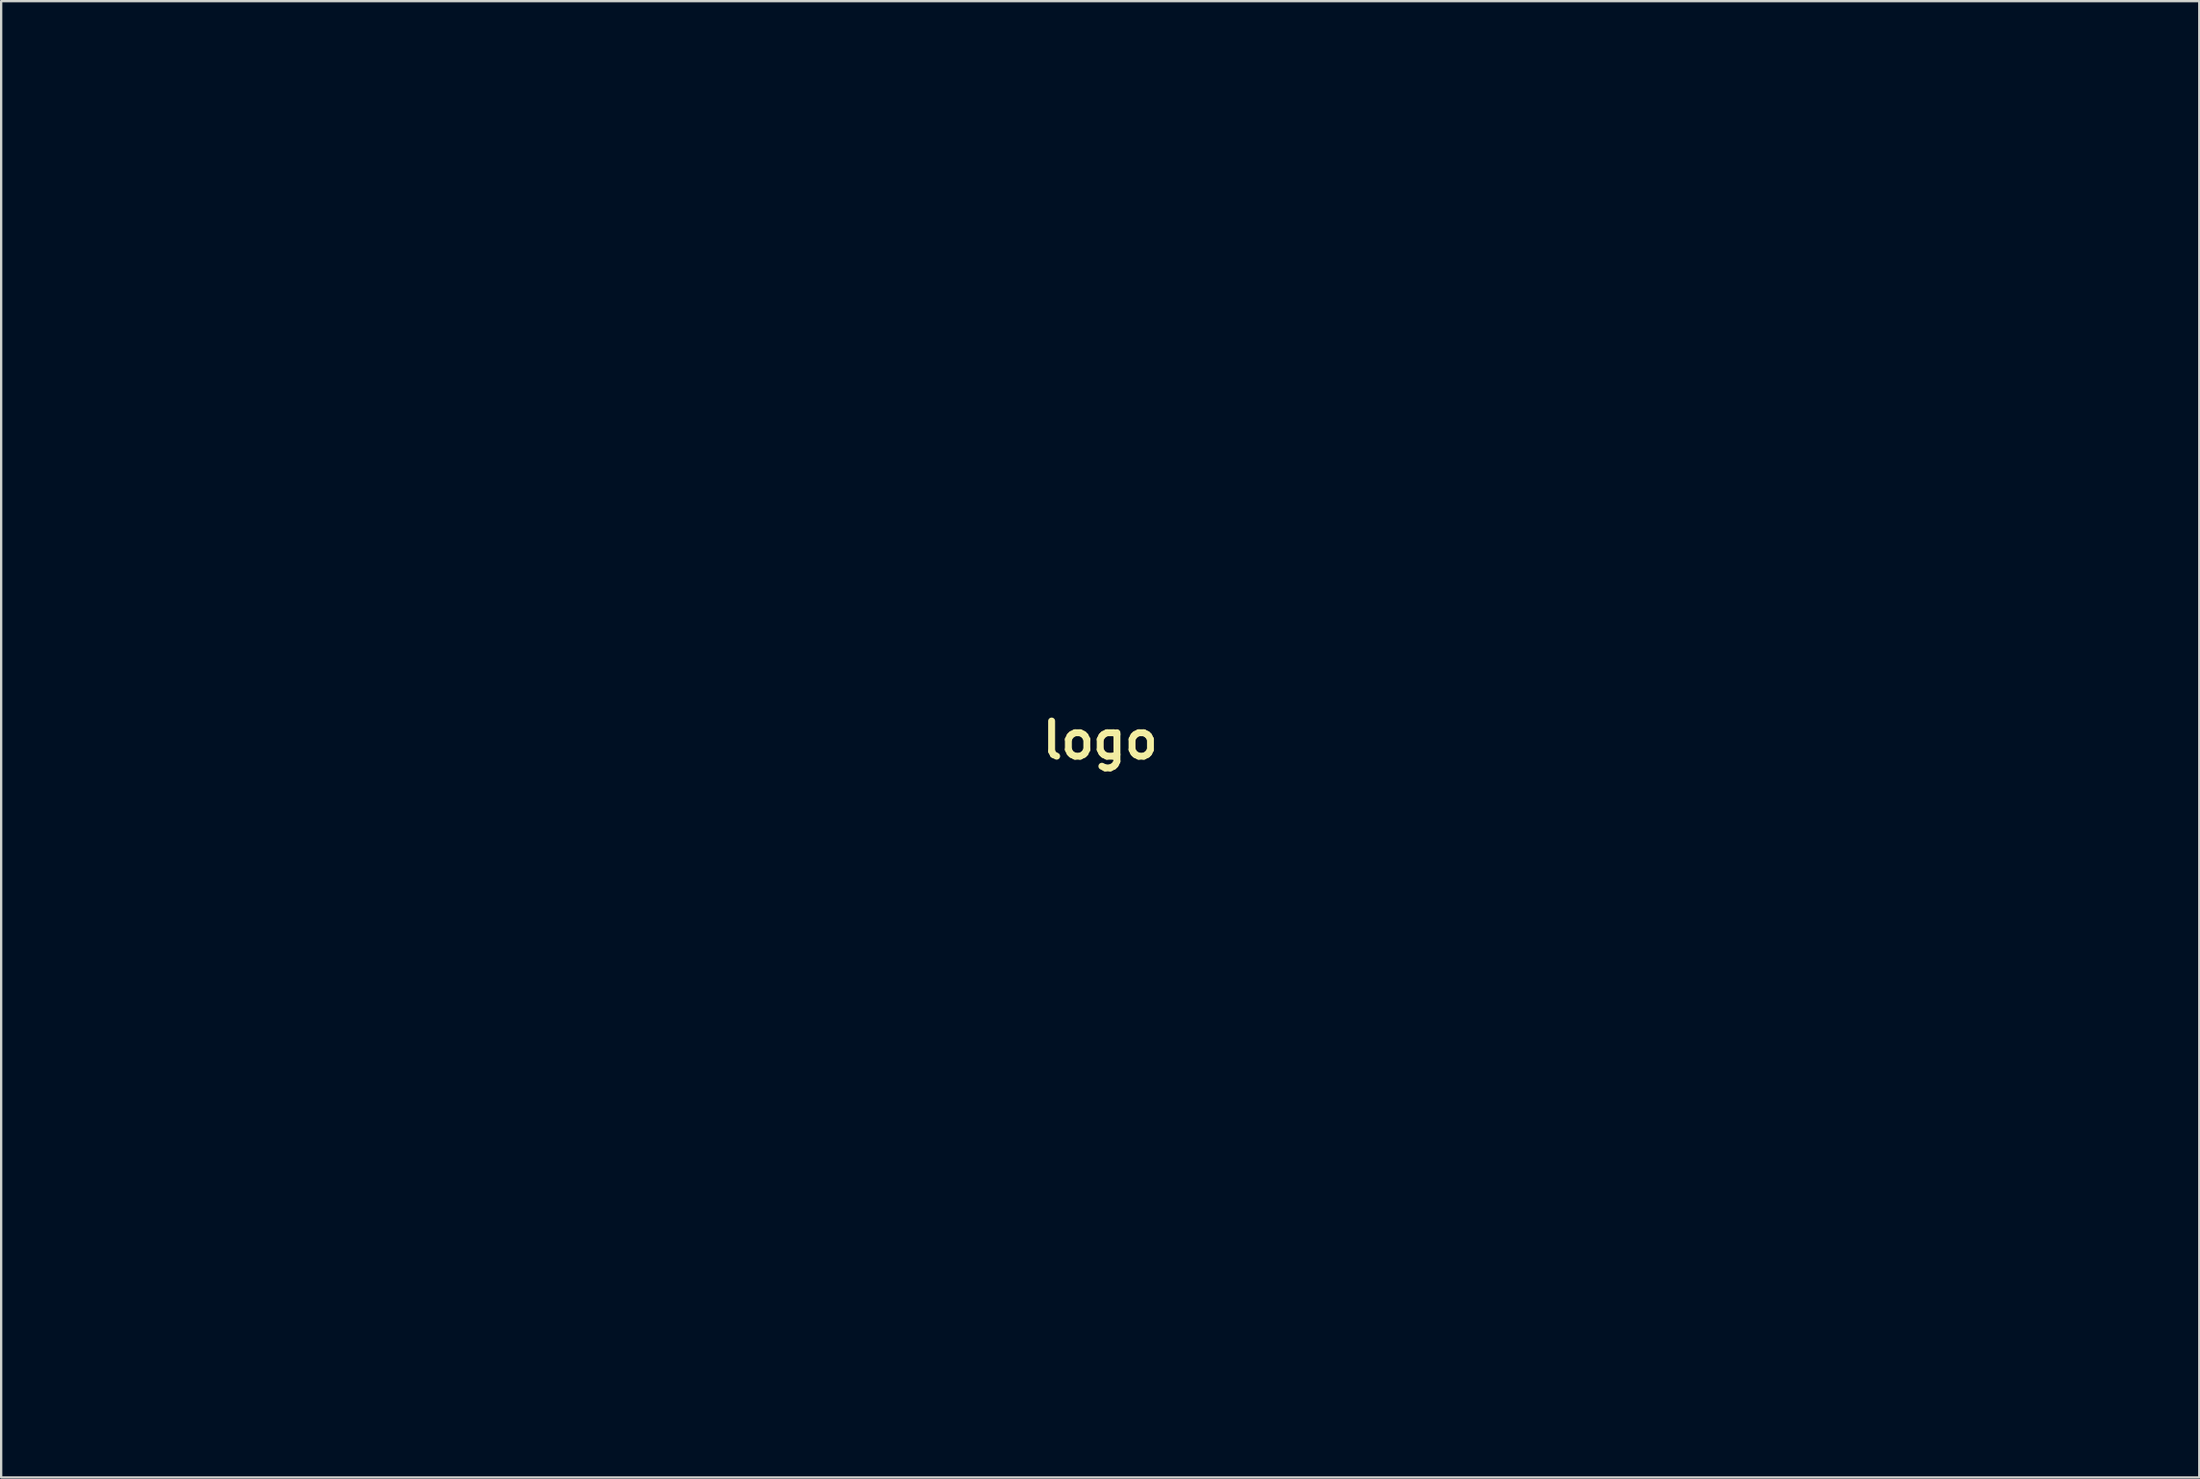
<source format=kicad_pcb>
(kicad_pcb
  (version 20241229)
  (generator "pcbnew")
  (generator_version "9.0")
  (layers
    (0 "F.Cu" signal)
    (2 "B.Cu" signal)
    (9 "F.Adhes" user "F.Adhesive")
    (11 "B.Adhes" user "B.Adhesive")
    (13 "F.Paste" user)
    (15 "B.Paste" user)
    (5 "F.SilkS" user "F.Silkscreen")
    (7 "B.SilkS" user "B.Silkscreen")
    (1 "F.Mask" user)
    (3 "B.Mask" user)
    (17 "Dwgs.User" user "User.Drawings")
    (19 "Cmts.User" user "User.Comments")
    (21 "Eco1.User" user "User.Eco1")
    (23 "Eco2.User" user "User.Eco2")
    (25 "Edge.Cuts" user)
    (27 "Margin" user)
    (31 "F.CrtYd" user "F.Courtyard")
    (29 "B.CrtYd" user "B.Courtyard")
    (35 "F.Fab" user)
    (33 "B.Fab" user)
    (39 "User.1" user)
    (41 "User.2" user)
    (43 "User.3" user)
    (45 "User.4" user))
  (footprint "logo"
    (layer "F.Cu")
    (at 44.622 29.044)
    (property "Reference" "logo" (at 0 0 0) (layer "F.SilkS") (effects (font (size 1.524 1.524) (thickness 0.3))))
    (attr board_only exclude_from_pos_files exclude_from_bom)
    (fp_poly (pts (xy -4.974 20.476) (xy -4.461 20.651) (xy -4.001 20.973) (xy -3.95 21.023) (xy -3.805 21.174) (xy -3.687 21.322) (xy -3.594 21.485) (xy -3.522 21.681) (xy -3.469 21.931) (xy -3.432 22.252) (xy -3.408 22.663) (xy -3.395 23.184) (xy -3.388 23.834) (xy -3.387 24.631) (xy -3.387 24.779) (xy -3.387 27.483) (xy -3.601 27.914) (xy -3.913 28.364) (xy -4.324 28.694) (xy -4.807 28.895) (xy -5.333 28.96) (xy -5.875 28.88) (xy -6.276 28.719) (xy -6.652 28.471) (xy -6.932 28.15) (xy -6.984 28.07) (xy -7.239 27.657) (xy -7.263 24.77) (xy -7.288 21.882) (xy -7.087 21.503) (xy -6.891 21.215) (xy -6.634 20.938) (xy -6.536 20.856) (xy -6.041 20.576) (xy -5.511 20.45)) (stroke (width 0) (type solid)) (fill yes) (layer "F.Mask"))
    (fp_poly (pts (xy 23.696 20.544) (xy 24.189 20.753) (xy 24.587 21.103) (xy 24.851 21.508) (xy 25.061 21.923) (xy 25.061 27.483) (xy 24.847 27.914) (xy 24.533 28.36) (xy 24.096 28.708) (xy 23.765 28.867) (xy 23.405 28.941) (xy 22.974 28.944) (xy 22.552 28.879) (xy 22.305 28.796) (xy 21.95 28.566) (xy 21.619 28.231) (xy 21.364 27.851) (xy 21.265 27.613) (xy 21.231 27.403) (xy 21.204 27.025) (xy 21.184 26.479) (xy 21.172 25.767) (xy 21.167 24.889) (xy 21.167 24.702) (xy 21.168 23.896) (xy 21.175 23.239) (xy 21.189 22.713) (xy 21.214 22.298) (xy 21.253 21.974) (xy 21.308 21.722) (xy 21.382 21.523) (xy 21.479 21.356) (xy 21.6 21.203) (xy 21.699 21.096) (xy 22.145 20.732) (xy 22.635 20.527) (xy 23.106 20.474)) (stroke (width 0) (type solid)) (fill yes) (layer "F.Mask"))
    (fp_poly (pts (xy -4.835 -29.001) (xy -4.363 -28.84) (xy -3.944 -28.558) (xy -3.607 -28.155) (xy -3.539 -28.035) (xy -3.302 -27.582) (xy -3.302 -24.797) (xy -3.302 -24.033) (xy -3.305 -23.42) (xy -3.309 -22.937) (xy -3.318 -22.564) (xy -3.332 -22.283) (xy -3.351 -22.073) (xy -3.378 -21.916) (xy -3.413 -21.792) (xy -3.458 -21.681) (xy -3.482 -21.629) (xy -3.783 -21.181) (xy -4.207 -20.831) (xy -4.693 -20.614) (xy -5.038 -20.525) (xy -5.312 -20.504) (xy -5.599 -20.55) (xy -5.842 -20.619) (xy -6.334 -20.854) (xy -6.744 -21.214) (xy -7.017 -21.629) (xy -7.066 -21.741) (xy -7.105 -21.857) (xy -7.136 -21.997) (xy -7.159 -22.18) (xy -7.175 -22.427) (xy -7.186 -22.756) (xy -7.192 -23.186) (xy -7.196 -23.739) (xy -7.197 -24.433) (xy -7.197 -24.79) (xy -7.197 -27.568) (xy -6.98 -28.004) (xy -6.676 -28.443) (xy -6.281 -28.762) (xy -5.823 -28.962) (xy -5.332 -29.042)) (stroke (width 0) (type solid)) (fill yes) (layer "F.Mask"))
    (fp_poly (pts (xy 4.759 20.568) (xy 5.253 20.79) (xy 5.658 21.14) (xy 5.952 21.599) (xy 6.088 22.014) (xy 6.117 22.241) (xy 6.14 22.607) (xy 6.158 23.084) (xy 6.171 23.642) (xy 6.178 24.251) (xy 6.179 24.882) (xy 6.175 25.505) (xy 6.166 26.091) (xy 6.151 26.611) (xy 6.131 27.034) (xy 6.105 27.333) (xy 6.09 27.424) (xy 5.9 27.943) (xy 5.588 28.368) (xy 5.181 28.685) (xy 4.705 28.883) (xy 4.187 28.948) (xy 3.654 28.868) (xy 3.316 28.736) (xy 2.851 28.424) (xy 2.518 28.013) (xy 2.321 27.549) (xy 2.279 27.317) (xy 2.246 26.944) (xy 2.22 26.459) (xy 2.202 25.891) (xy 2.193 25.27) (xy 2.191 24.623) (xy 2.197 23.98) (xy 2.211 23.369) (xy 2.233 22.819) (xy 2.263 22.358) (xy 2.3 22.017) (xy 2.332 21.858) (xy 2.567 21.332) (xy 2.918 20.926) (xy 3.373 20.648) (xy 3.921 20.508) (xy 4.199 20.491)) (stroke (width 0) (type solid)) (fill yes) (layer "F.Mask"))
    (fp_poly (pts (xy -14.162 -29.003) (xy -13.665 -28.826) (xy -13.219 -28.507) (xy -13.063 -28.355) (xy -12.937 -28.211) (xy -12.837 -28.056) (xy -12.761 -27.87) (xy -12.705 -27.636) (xy -12.666 -27.333) (xy -12.64 -26.942) (xy -12.626 -26.445) (xy -12.619 -25.821) (xy -12.617 -25.052) (xy -12.617 -24.826) (xy -12.618 -24.043) (xy -12.622 -23.411) (xy -12.629 -22.912) (xy -12.641 -22.528) (xy -12.659 -22.24) (xy -12.682 -22.029) (xy -12.713 -21.879) (xy -12.745 -21.782) (xy -13.041 -21.273) (xy -13.441 -20.891) (xy -13.926 -20.645) (xy -14.476 -20.546) (xy -14.964 -20.583) (xy -15.448 -20.754) (xy -15.88 -21.061) (xy -16.217 -21.473) (xy -16.29 -21.605) (xy -16.51 -22.047) (xy -16.508 -24.803) (xy -16.507 -25.568) (xy -16.504 -26.183) (xy -16.498 -26.668) (xy -16.487 -27.041) (xy -16.472 -27.322) (xy -16.451 -27.53) (xy -16.423 -27.685) (xy -16.388 -27.805) (xy -16.349 -27.898) (xy -16.048 -28.365) (xy -15.649 -28.715) (xy -15.183 -28.942) (xy -14.678 -29.039)) (stroke (width 0) (type solid)) (fill yes) (layer "F.Mask"))
    (fp_poly (pts (xy -39.671 2.286) (xy -39.078 2.295) (xy -38.547 2.31) (xy -38.107 2.332) (xy -37.788 2.361) (xy -37.677 2.378) (xy -37.149 2.572) (xy -36.714 2.893) (xy -36.391 3.318) (xy -36.199 3.823) (xy -36.153 4.249) (xy -36.222 4.842) (xy -36.433 5.341) (xy -36.789 5.753) (xy -37.211 6.04) (xy -37.312 6.091) (xy -37.42 6.132) (xy -37.553 6.164) (xy -37.732 6.188) (xy -37.976 6.206) (xy -38.306 6.218) (xy -38.74 6.227) (xy -39.298 6.234) (xy -40.001 6.24) (xy -40.217 6.241) (xy -41.02 6.245) (xy -41.672 6.244) (xy -42.189 6.237) (xy -42.587 6.224) (xy -42.885 6.205) (xy -43.099 6.178) (xy -43.246 6.144) (xy -43.758 5.9) (xy -44.159 5.531) (xy -44.399 5.15) (xy -44.58 4.615) (xy -44.605 4.081) (xy -44.487 3.574) (xy -44.236 3.12) (xy -43.866 2.745) (xy -43.388 2.475) (xy -43.145 2.396) (xy -42.925 2.363) (xy -42.564 2.335) (xy -42.092 2.313) (xy -41.538 2.297) (xy -40.931 2.287) (xy -40.299 2.283)) (stroke (width 0) (type solid)) (fill yes) (layer "F.Mask"))
    (fp_poly (pts (xy -40.368 11.854) (xy -39.615 11.855) (xy -39.012 11.856) (xy -38.538 11.861) (xy -38.174 11.869) (xy -37.898 11.883) (xy -37.693 11.903) (xy -37.536 11.931) (xy -37.409 11.968) (xy -37.29 12.016) (xy -37.195 12.06) (xy -36.738 12.362) (xy -36.392 12.786) (xy -36.171 13.314) (xy -36.147 13.411) (xy -36.111 13.942) (xy -36.224 14.464) (xy -36.469 14.94) (xy -36.83 15.335) (xy -37.195 15.571) (xy -37.303 15.619) (xy -37.416 15.658) (xy -37.555 15.688) (xy -37.738 15.711) (xy -37.986 15.727) (xy -38.317 15.737) (xy -38.751 15.744) (xy -39.308 15.747) (xy -40.006 15.748) (xy -40.354 15.748) (xy -43.147 15.748) (xy -43.589 15.528) (xy -44.05 15.221) (xy -44.371 14.824) (xy -44.56 14.329) (xy -44.619 13.742) (xy -44.546 13.216) (xy -44.322 12.747) (xy -44.013 12.387) (xy -43.863 12.248) (xy -43.72 12.135) (xy -43.565 12.046) (xy -43.379 11.978) (xy -43.142 11.929) (xy -42.836 11.894) (xy -42.44 11.872) (xy -41.937 11.86) (xy -41.306 11.855) (xy -40.528 11.854)) (stroke (width 0) (type solid)) (fill yes) (layer "F.Mask"))
    (fp_poly (pts (xy 4.917 -28.919) (xy 5.156 -28.818) (xy 5.623 -28.497) (xy 5.962 -28.068) (xy 6.167 -27.534) (xy 6.182 -27.47) (xy 6.213 -27.212) (xy 6.236 -26.792) (xy 6.25 -26.215) (xy 6.255 -25.488) (xy 6.251 -24.618) (xy 6.25 -24.491) (xy 6.242 -23.769) (xy 6.233 -23.195) (xy 6.223 -22.75) (xy 6.209 -22.412) (xy 6.19 -22.162) (xy 6.165 -21.978) (xy 6.132 -21.841) (xy 6.09 -21.728) (xy 6.036 -21.622) (xy 5.728 -21.198) (xy 5.319 -20.85) (xy 5.019 -20.688) (xy 4.61 -20.588) (xy 4.135 -20.579) (xy 3.672 -20.657) (xy 3.379 -20.771) (xy 2.954 -21.085) (xy 2.616 -21.511) (xy 2.402 -22.003) (xy 2.378 -22.099) (xy 2.346 -22.342) (xy 2.321 -22.721) (xy 2.302 -23.206) (xy 2.29 -23.77) (xy 2.284 -24.383) (xy 2.284 -25.017) (xy 2.291 -25.641) (xy 2.304 -26.227) (xy 2.323 -26.746) (xy 2.347 -27.17) (xy 2.378 -27.469) (xy 2.396 -27.567) (xy 2.611 -28.089) (xy 2.943 -28.509) (xy 3.365 -28.813) (xy 3.852 -28.991) (xy 4.378 -29.03)) (stroke (width 0) (type solid)) (fill yes) (layer "F.Mask"))
    (fp_poly (pts (xy 23.732 -28.972) (xy 24.22 -28.756) (xy 24.543 -28.507) (xy 24.697 -28.356) (xy 24.823 -28.213) (xy 24.922 -28.06) (xy 24.998 -27.877) (xy 25.055 -27.645) (xy 25.094 -27.346) (xy 25.12 -26.961) (xy 25.135 -26.469) (xy 25.142 -25.854) (xy 25.144 -25.095) (xy 25.144 -24.776) (xy 25.146 -21.994) (xy 24.916 -21.572) (xy 24.639 -21.187) (xy 24.303 -20.885) (xy 24.058 -20.734) (xy 23.826 -20.648) (xy 23.537 -20.606) (xy 23.326 -20.594) (xy 22.916 -20.596) (xy 22.605 -20.648) (xy 22.39 -20.729) (xy 21.98 -21.003) (xy 21.634 -21.391) (xy 21.395 -21.838) (xy 21.333 -22.046) (xy 21.301 -22.295) (xy 21.278 -22.71) (xy 21.264 -23.286) (xy 21.26 -24.019) (xy 21.264 -24.906) (xy 21.266 -25.061) (xy 21.274 -25.793) (xy 21.283 -26.376) (xy 21.293 -26.83) (xy 21.307 -27.175) (xy 21.325 -27.432) (xy 21.349 -27.621) (xy 21.381 -27.761) (xy 21.422 -27.874) (xy 21.473 -27.979) (xy 21.48 -27.993) (xy 21.81 -28.447) (xy 22.228 -28.776) (xy 22.707 -28.977) (xy 23.218 -29.044)) (stroke (width 0) (type solid)) (fill yes) (layer "F.Mask"))
    (fp_poly (pts (xy -13.928 20.608) (xy -13.464 20.867) (xy -13.083 21.247) (xy -12.867 21.611) (xy -12.821 21.723) (xy -12.785 21.848) (xy -12.757 22.006) (xy -12.736 22.218) (xy -12.721 22.501) (xy -12.711 22.878) (xy -12.706 23.367) (xy -12.703 23.988) (xy -12.702 24.649) (xy -12.703 25.467) (xy -12.708 26.135) (xy -12.721 26.672) (xy -12.744 27.098) (xy -12.78 27.43) (xy -12.831 27.689) (xy -12.901 27.893) (xy -12.992 28.062) (xy -13.107 28.214) (xy -13.233 28.352) (xy -13.677 28.704) (xy -14.195 28.904) (xy -14.647 28.952) (xy -15.047 28.914) (xy -15.406 28.815) (xy -15.452 28.795) (xy -15.867 28.526) (xy -16.226 28.152) (xy -16.463 27.752) (xy -16.505 27.564) (xy -16.54 27.233) (xy -16.567 26.785) (xy -16.588 26.248) (xy -16.602 25.646) (xy -16.608 25.006) (xy -16.608 24.356) (xy -16.601 23.72) (xy -16.586 23.125) (xy -16.565 22.598) (xy -16.537 22.165) (xy -16.501 21.852) (xy -16.465 21.698) (xy -16.182 21.194) (xy -15.805 20.826) (xy -15.524 20.662) (xy -14.987 20.495) (xy -14.445 20.481)) (stroke (width 0) (type solid)) (fill yes) (layer "F.Mask"))
    (fp_poly (pts (xy 14.214 -28.959) (xy 14.712 -28.735) (xy 15.131 -28.39) (xy 15.444 -27.946) (xy 15.583 -27.584) (xy 15.61 -27.391) (xy 15.63 -27.04) (xy 15.644 -26.542) (xy 15.651 -25.909) (xy 15.651 -25.152) (xy 15.647 -24.612) (xy 15.639 -23.871) (xy 15.631 -23.279) (xy 15.621 -22.817) (xy 15.608 -22.464) (xy 15.591 -22.201) (xy 15.568 -22.009) (xy 15.537 -21.866) (xy 15.498 -21.754) (xy 15.449 -21.652) (xy 15.438 -21.632) (xy 15.1 -21.159) (xy 14.674 -20.814) (xy 14.46 -20.705) (xy 14.03 -20.596) (xy 13.541 -20.58) (xy 13.069 -20.655) (xy 12.806 -20.752) (xy 12.364 -21.059) (xy 12.015 -21.48) (xy 11.883 -21.735) (xy 11.852 -21.894) (xy 11.826 -22.196) (xy 11.804 -22.617) (xy 11.787 -23.131) (xy 11.774 -23.711) (xy 11.766 -24.334) (xy 11.762 -24.973) (xy 11.764 -25.602) (xy 11.771 -26.197) (xy 11.783 -26.732) (xy 11.8 -27.181) (xy 11.823 -27.518) (xy 11.851 -27.719) (xy 11.858 -27.744) (xy 12.126 -28.239) (xy 12.507 -28.632) (xy 12.972 -28.903) (xy 13.495 -29.032) (xy 13.669 -29.04)) (stroke (width 0) (type solid)) (fill yes) (layer "F.Mask"))
    (fp_poly (pts (xy 42.211 2.726) (xy 42.643 2.743) (xy 42.982 2.774) (xy 43.247 2.819) (xy 43.457 2.882) (xy 43.631 2.965) (xy 43.788 3.07) (xy 43.948 3.2) (xy 43.95 3.201) (xy 44.314 3.616) (xy 44.539 4.097) (xy 44.623 4.612) (xy 44.566 5.132) (xy 44.367 5.625) (xy 44.025 6.061) (xy 44.016 6.071) (xy 43.864 6.21) (xy 43.72 6.322) (xy 43.565 6.411) (xy 43.378 6.479) (xy 43.141 6.529) (xy 42.835 6.563) (xy 42.441 6.585) (xy 41.938 6.597) (xy 41.308 6.602) (xy 40.531 6.603) (xy 40.368 6.603) (xy 39.615 6.603) (xy 39.011 6.601) (xy 38.537 6.596) (xy 38.173 6.588) (xy 37.897 6.574) (xy 37.692 6.554) (xy 37.535 6.526) (xy 37.408 6.489) (xy 37.29 6.442) (xy 37.201 6.401) (xy 36.756 6.11) (xy 36.429 5.724) (xy 36.221 5.273) (xy 36.134 4.784) (xy 36.168 4.286) (xy 36.325 3.808) (xy 36.606 3.378) (xy 37.013 3.025) (xy 37.044 3.006) (xy 37.451 2.752) (xy 40.167 2.726) (xy 40.993 2.72) (xy 41.668 2.719)) (stroke (width 0) (type solid)) (fill yes) (layer "F.Mask"))
    (fp_poly (pts (xy -40.174 -7.096) (xy -39.436 -7.088) (xy -38.847 -7.08) (xy -38.387 -7.07) (xy -38.036 -7.057) (xy -37.775 -7.039) (xy -37.583 -7.016) (xy -37.441 -6.985) (xy -37.328 -6.945) (xy -37.224 -6.895) (xy -37.203 -6.884) (xy -36.799 -6.598) (xy -36.464 -6.228) (xy -36.247 -5.828) (xy -36.237 -5.799) (xy -36.186 -5.54) (xy -36.163 -5.201) (xy -36.168 -4.954) (xy -36.28 -4.399) (xy -36.531 -3.931) (xy -36.912 -3.564) (xy -37.409 -3.31) (xy -37.754 -3.219) (xy -37.964 -3.196) (xy -38.315 -3.177) (xy -38.776 -3.163) (xy -39.317 -3.153) (xy -39.91 -3.147) (xy -40.525 -3.145) (xy -41.132 -3.148) (xy -41.702 -3.155) (xy -42.206 -3.166) (xy -42.613 -3.182) (xy -42.895 -3.202) (xy -42.968 -3.212) (xy -43.502 -3.376) (xy -43.932 -3.65) (xy -44.257 -4.01) (xy -44.475 -4.433) (xy -44.587 -4.892) (xy -44.59 -5.365) (xy -44.484 -5.827) (xy -44.266 -6.252) (xy -43.936 -6.618) (xy -43.492 -6.9) (xy -43.163 -7.02) (xy -42.977 -7.052) (xy -42.674 -7.076) (xy -42.243 -7.092) (xy -41.675 -7.101) (xy -40.957 -7.101)) (stroke (width 0) (type solid)) (fill yes) (layer "F.Mask"))
    (fp_poly (pts (xy 14.089 20.534) (xy 14.265 20.574) (xy 14.666 20.78) (xy 15.04 21.108) (xy 15.334 21.508) (xy 15.351 21.54) (xy 15.403 21.644) (xy 15.445 21.754) (xy 15.477 21.89) (xy 15.502 22.071) (xy 15.521 22.318) (xy 15.535 22.651) (xy 15.545 23.089) (xy 15.553 23.653) (xy 15.561 24.364) (xy 15.562 24.495) (xy 15.568 25.26) (xy 15.57 25.876) (xy 15.566 26.364) (xy 15.557 26.745) (xy 15.54 27.038) (xy 15.516 27.265) (xy 15.484 27.446) (xy 15.452 27.571) (xy 15.228 28.062) (xy 14.888 28.46) (xy 14.459 28.751) (xy 13.973 28.921) (xy 13.457 28.957) (xy 12.942 28.845) (xy 12.827 28.796) (xy 12.344 28.493) (xy 11.978 28.074) (xy 11.857 27.863) (xy 11.809 27.763) (xy 11.771 27.66) (xy 11.741 27.534) (xy 11.719 27.367) (xy 11.704 27.14) (xy 11.696 26.834) (xy 11.692 26.431) (xy 11.693 25.911) (xy 11.697 25.256) (xy 11.702 24.608) (xy 11.726 21.704) (xy 11.96 21.352) (xy 12.329 20.925) (xy 12.775 20.648) (xy 13.31 20.514) (xy 13.421 20.505) (xy 13.764 20.503)) (stroke (width 0) (type solid)) (fill yes) (layer "F.Mask"))
    (fp_poly (pts (xy -23.631 20.511) (xy -23.314 20.638) (xy -22.926 20.911) (xy -22.59 21.274) (xy -22.35 21.676) (xy -22.276 21.886) (xy -22.249 22.081) (xy -22.227 22.415) (xy -22.209 22.862) (xy -22.196 23.395) (xy -22.188 23.986) (xy -22.184 24.609) (xy -22.184 25.235) (xy -22.19 25.839) (xy -22.2 26.392) (xy -22.214 26.868) (xy -22.234 27.239) (xy -22.258 27.477) (xy -22.269 27.527) (xy -22.495 28.032) (xy -22.87 28.472) (xy -23.099 28.655) (xy -23.329 28.798) (xy -23.551 28.881) (xy -23.832 28.922) (xy -24.072 28.936) (xy -24.48 28.935) (xy -24.787 28.888) (xy -25.024 28.801) (xy -25.379 28.566) (xy -25.71 28.23) (xy -25.965 27.85) (xy -26.064 27.613) (xy -26.098 27.403) (xy -26.125 27.024) (xy -26.144 26.479) (xy -26.157 25.767) (xy -26.162 24.89) (xy -26.162 24.707) (xy -26.16 23.895) (xy -26.153 23.232) (xy -26.138 22.701) (xy -26.112 22.28) (xy -26.072 21.951) (xy -26.015 21.695) (xy -25.938 21.491) (xy -25.839 21.321) (xy -25.714 21.166) (xy -25.616 21.061) (xy -25.181 20.722) (xy -24.68 20.513) (xy -24.152 20.44)) (stroke (width 0) (type solid)) (fill yes) (layer "F.Mask"))
    (fp_poly (pts (xy 41.155 12.235) (xy 41.774 12.236) (xy 42.261 12.241) (xy 42.637 12.249) (xy 42.919 12.261) (xy 43.127 12.28) (xy 43.28 12.306) (xy 43.397 12.339) (xy 43.497 12.382) (xy 43.572 12.421) (xy 43.996 12.729) (xy 44.343 13.138) (xy 44.505 13.438) (xy 44.593 13.796) (xy 44.613 14.233) (xy 44.567 14.673) (xy 44.46 15.033) (xy 44.229 15.388) (xy 43.894 15.719) (xy 43.514 15.974) (xy 43.277 16.073) (xy 43.075 16.106) (xy 42.734 16.133) (xy 42.28 16.153) (xy 41.739 16.166) (xy 41.138 16.173) (xy 40.504 16.174) (xy 39.862 16.169) (xy 39.24 16.158) (xy 38.665 16.141) (xy 38.162 16.119) (xy 37.758 16.092) (xy 37.481 16.059) (xy 37.382 16.036) (xy 36.912 15.778) (xy 36.534 15.397) (xy 36.268 14.924) (xy 36.135 14.39) (xy 36.124 14.182) (xy 36.201 13.609) (xy 36.429 13.11) (xy 36.805 12.691) (xy 37.211 12.417) (xy 37.309 12.368) (xy 37.411 12.328) (xy 37.536 12.297) (xy 37.705 12.274) (xy 37.934 12.257) (xy 38.245 12.246) (xy 38.655 12.239) (xy 39.183 12.236) (xy 39.849 12.234) (xy 40.386 12.234)) (stroke (width 0) (type solid)) (fill yes) (layer "F.Mask"))
    (fp_poly (pts (xy -23.608 -28.996) (xy -23.302 -28.909) (xy -22.844 -28.628) (xy -22.463 -28.21) (xy -22.323 -27.982) (xy -22.272 -27.88) (xy -22.231 -27.772) (xy -22.199 -27.636) (xy -22.174 -27.455) (xy -22.156 -27.207) (xy -22.142 -26.873) (xy -22.132 -26.434) (xy -22.124 -25.868) (xy -22.116 -25.158) (xy -22.115 -24.993) (xy -22.108 -24.152) (xy -22.108 -23.462) (xy -22.117 -22.903) (xy -22.139 -22.458) (xy -22.177 -22.107) (xy -22.233 -21.832) (xy -22.312 -21.613) (xy -22.416 -21.433) (xy -22.549 -21.272) (xy -22.713 -21.112) (xy -22.773 -21.058) (xy -23.251 -20.72) (xy -23.756 -20.535) (xy -24.266 -20.509) (xy -24.554 -20.568) (xy -25.074 -20.803) (xy -25.512 -21.151) (xy -25.835 -21.584) (xy -25.947 -21.834) (xy -25.986 -21.973) (xy -26.016 -22.157) (xy -26.04 -22.406) (xy -26.057 -22.74) (xy -26.068 -23.176) (xy -26.074 -23.737) (xy -26.077 -24.439) (xy -26.077 -24.738) (xy -26.074 -25.535) (xy -26.064 -26.228) (xy -26.049 -26.803) (xy -26.027 -27.247) (xy -26.001 -27.544) (xy -25.984 -27.644) (xy -25.814 -28.04) (xy -25.529 -28.425) (xy -25.178 -28.741) (xy -24.939 -28.881) (xy -24.54 -28.996) (xy -24.07 -29.035)) (stroke (width 0) (type solid)) (fill yes) (layer "F.Mask"))
    (fp_poly (pts (xy -40.368 -16.594) (xy -39.615 -16.593) (xy -39.011 -16.591) (xy -38.537 -16.587) (xy -38.173 -16.578) (xy -37.897 -16.565) (xy -37.692 -16.545) (xy -37.535 -16.517) (xy -37.408 -16.48) (xy -37.291 -16.432) (xy -37.201 -16.391) (xy -36.73 -16.09) (xy -36.395 -15.687) (xy -36.197 -15.186) (xy -36.137 -14.639) (xy -36.21 -14.097) (xy -36.436 -13.613) (xy -36.759 -13.233) (xy -36.91 -13.093) (xy -37.054 -12.98) (xy -37.211 -12.891) (xy -37.398 -12.823) (xy -37.637 -12.774) (xy -37.946 -12.74) (xy -38.344 -12.72) (xy -38.852 -12.709) (xy -39.488 -12.705) (xy -40.273 -12.706) (xy -40.362 -12.706) (xy -41.231 -12.711) (xy -41.939 -12.721) (xy -42.496 -12.736) (xy -42.909 -12.757) (xy -43.189 -12.784) (xy -43.338 -12.816) (xy -43.575 -12.934) (xy -43.848 -13.114) (xy -43.962 -13.204) (xy -44.318 -13.605) (xy -44.538 -14.077) (xy -44.622 -14.587) (xy -44.568 -15.103) (xy -44.377 -15.595) (xy -44.048 -16.03) (xy -44.016 -16.061) (xy -43.864 -16.2) (xy -43.72 -16.313) (xy -43.565 -16.402) (xy -43.378 -16.47) (xy -43.141 -16.519) (xy -42.835 -16.554) (xy -42.441 -16.576) (xy -41.938 -16.588) (xy -41.308 -16.593) (xy -40.531 -16.594)) (stroke (width 0) (type solid)) (fill yes) (layer "F.Mask"))
    (fp_poly (pts (xy 41.602 -16.249) (xy 42.153 -16.239) (xy 42.593 -16.217) (xy 42.942 -16.181) (xy 43.218 -16.13) (xy 43.442 -16.06) (xy 43.632 -15.97) (xy 43.808 -15.858) (xy 43.84 -15.836) (xy 44.179 -15.497) (xy 44.44 -15.053) (xy 44.592 -14.563) (xy 44.619 -14.266) (xy 44.557 -13.819) (xy 44.388 -13.372) (xy 44.141 -12.986) (xy 43.917 -12.768) (xy 43.748 -12.645) (xy 43.595 -12.548) (xy 43.435 -12.472) (xy 43.249 -12.415) (xy 43.015 -12.374) (xy 42.712 -12.346) (xy 42.318 -12.328) (xy 41.813 -12.317) (xy 41.176 -12.31) (xy 40.598 -12.306) (xy 39.939 -12.304) (xy 39.318 -12.307) (xy 38.76 -12.315) (xy 38.291 -12.327) (xy 37.934 -12.342) (xy 37.715 -12.36) (xy 37.684 -12.365) (xy 37.172 -12.552) (xy 36.721 -12.876) (xy 36.432 -13.219) (xy 36.262 -13.594) (xy 36.169 -14.056) (xy 36.16 -14.535) (xy 36.237 -14.943) (xy 36.444 -15.343) (xy 36.771 -15.717) (xy 37.172 -16.011) (xy 37.203 -16.028) (xy 37.309 -16.081) (xy 37.421 -16.123) (xy 37.559 -16.156) (xy 37.744 -16.181) (xy 37.996 -16.2) (xy 38.336 -16.214) (xy 38.783 -16.224) (xy 39.358 -16.233) (xy 40.083 -16.242) (xy 40.09 -16.242) (xy 40.921 -16.249)) (stroke (width 0) (type solid)) (fill yes) (layer "F.Mask"))
    (fp_poly (pts (xy 41.19 -6.688) (xy 41.843 -6.683) (xy 42.366 -6.673) (xy 42.778 -6.652) (xy 43.097 -6.62) (xy 43.344 -6.573) (xy 43.538 -6.508) (xy 43.698 -6.422) (xy 43.843 -6.313) (xy 43.992 -6.178) (xy 44.016 -6.155) (xy 44.349 -5.729) (xy 44.554 -5.228) (xy 44.621 -4.692) (xy 44.545 -4.161) (xy 44.46 -3.932) (xy 44.25 -3.605) (xy 43.943 -3.288) (xy 43.595 -3.028) (xy 43.27 -2.879) (xy 43.108 -2.857) (xy 42.798 -2.838) (xy 42.363 -2.822) (xy 41.823 -2.809) (xy 41.201 -2.8) (xy 40.518 -2.796) (xy 40.301 -2.796) (xy 39.548 -2.798) (xy 38.944 -2.801) (xy 38.47 -2.807) (xy 38.107 -2.818) (xy 37.834 -2.834) (xy 37.632 -2.856) (xy 37.482 -2.886) (xy 37.363 -2.924) (xy 37.296 -2.952) (xy 36.904 -3.196) (xy 36.551 -3.532) (xy 36.296 -3.902) (xy 36.261 -3.976) (xy 36.143 -4.434) (xy 36.144 -4.933) (xy 36.253 -5.425) (xy 36.459 -5.863) (xy 36.751 -6.2) (xy 36.78 -6.223) (xy 36.946 -6.346) (xy 37.102 -6.445) (xy 37.268 -6.523) (xy 37.463 -6.583) (xy 37.707 -6.626) (xy 38.02 -6.655) (xy 38.423 -6.674) (xy 38.934 -6.684) (xy 39.575 -6.688) (xy 40.365 -6.689) (xy 40.386 -6.689)) (stroke (width 0) (type solid)) (fill yes) (layer "F.Mask"))
    (fp_poly (pts (xy 2.684 -18.5) (xy 5.204 -18.5) (xy 7.566 -18.499) (xy 9.773 -18.499) (xy 11.833 -18.499) (xy 13.749 -18.498) (xy 15.528 -18.497) (xy 17.174 -18.496) (xy 18.693 -18.495) (xy 20.091 -18.493) (xy 21.371 -18.492) (xy 22.54 -18.489) (xy 23.603 -18.487) (xy 24.565 -18.484) (xy 25.431 -18.481) (xy 26.208 -18.477) (xy 26.898 -18.473) (xy 27.51 -18.468) (xy 28.046 -18.463) (xy 28.514 -18.457) (xy 28.917 -18.451) (xy 29.261 -18.444) (xy 29.552 -18.436) (xy 29.795 -18.428) (xy 29.995 -18.419) (xy 30.157 -18.409) (xy 30.287 -18.399) (xy 30.39 -18.388) (xy 30.47 -18.376) (xy 30.535 -18.363) (xy 30.587 -18.35) (xy 30.607 -18.344) (xy 31.502 -17.986) (xy 32.293 -17.495) (xy 32.977 -16.876) (xy 33.547 -16.134) (xy 33.999 -15.274) (xy 34.174 -14.817) (xy 34.194 -14.752) (xy 34.212 -14.679) (xy 34.229 -14.588) (xy 34.244 -14.473) (xy 34.258 -14.325) (xy 34.27 -14.137) (xy 34.281 -13.901) (xy 34.29 -13.609) (xy 34.298 -13.253) (xy 34.305 -12.825) (xy 34.311 -12.319) (xy 34.316 -11.725) (xy 34.321 -11.037) (xy 34.324 -10.246) (xy 34.327 -9.345) (xy 34.329 -8.326) (xy 34.33 -7.181) (xy 34.331 -5.903) (xy 34.332 -4.483) (xy 34.332 -2.914) (xy 34.332 -1.187) (xy 34.332 -0.085) (xy 34.332 1.759) (xy 34.333 3.442) (xy 34.333 4.971) (xy 34.332 6.354) (xy 34.331 7.599) (xy 34.329 8.714) (xy 34.326 9.707) (xy 34.322 10.586) (xy 34.315 11.358) (xy 34.307 12.032) (xy 34.297 12.614) (xy 34.285 13.114) (xy 34.269 13.539) (xy 34.251 13.897) (xy 34.23 14.195) (xy 34.205 14.442) (xy 34.177 14.646) (xy 34.145 14.813) (xy 34.109 14.953) (xy 34.068 15.072) (xy 34.023 15.18) (xy 33.973 15.283) (xy 33.918 15.39) (xy 33.858 15.508) (xy 33.844 15.536) (xy 33.358 16.343) (xy 32.751 17.031) (xy 32.023 17.602) (xy 31.172 18.056) (xy 30.649 18.257) (xy 30.604 18.271) (xy 30.55 18.285) (xy 30.482 18.297) (xy 30.395 18.309) (xy 30.284 18.32) (xy 30.143 18.33) (xy 29.967 18.339) (xy 29.75 18.348) (xy 29.489 18.356) (xy 29.176 18.363) (xy 28.808 18.37) (xy 28.378 18.376) (xy 27.882 18.382) (xy 27.313 18.387) (xy 26.668 18.391) (xy 25.94 18.396) (xy 25.124 18.399) (xy 24.216 18.403) (xy 23.209 18.406) (xy 22.099 18.408) (xy 20.88 18.411) (xy 19.547 18.413) (xy 18.094 18.415) (xy 16.517 18.416) (xy 14.81 18.418) (xy 12.968 18.419) (xy 10.985 18.42) (xy 8.857 18.421) (xy 6.577 18.422) (xy 4.142 18.423) (xy 1.544 18.424) (xy 0.254 18.424) (xy -1.99 18.424) (xy -4.191 18.425) (xy -6.344 18.425) (xy -8.442 18.425) (xy -10.479 18.425) (xy -12.45 18.424) (xy -14.348 18.424) (xy -16.167 18.423) (xy -17.901 18.422) (xy -19.544 18.421) (xy -21.09 18.42) (xy -22.532 18.419) (xy -23.865 18.417) (xy -25.082 18.416) (xy -26.178 18.414) (xy -27.146 18.412) (xy -27.98 18.41) (xy -28.674 18.408) (xy -29.223 18.406) (xy -29.619 18.403) (xy -29.857 18.401) (xy -29.93 18.399) (xy -30.775 18.203) (xy -31.583 17.856) (xy -32.327 17.378) (xy -32.981 16.787) (xy -33.52 16.1) (xy -33.753 15.698) (xy -33.826 15.56) (xy -33.893 15.439) (xy -33.953 15.326) (xy -34.008 15.213) (xy -34.057 15.094) (xy -34.101 14.96) (xy -34.14 14.803) (xy -34.175 14.614) (xy -34.205 14.388) (xy -34.231 14.114) (xy -34.253 13.787) (xy -34.272 13.396) (xy -34.288 12.936) (xy -34.301 12.397) (xy -34.311 11.773) (xy -34.319 11.054) (xy -34.324 10.234) (xy -34.328 9.304) (xy -34.331 8.257) (xy -34.332 7.26) (xy -32.584 7.26) (xy -32.584 8.341) (xy -32.582 9.3) (xy -32.58 10.144) (xy -32.577 10.88) (xy -32.572 11.517) (xy -32.567 12.063) (xy -32.56 12.524) (xy -32.552 12.909) (xy -32.543 13.226) (xy -32.532 13.482) (xy -32.52 13.686) (xy -32.507 13.844) (xy -32.492 13.965) (xy -32.475 14.056) (xy -32.468 14.088) (xy -32.203 14.802) (xy -31.804 15.417) (xy -31.285 15.922) (xy -30.658 16.305) (xy -29.935 16.554) (xy -29.887 16.564) (xy -29.806 16.574) (xy -29.649 16.583) (xy -29.413 16.591) (xy -29.094 16.599) (xy -28.687 16.606) (xy -28.188 16.613) (xy -27.593 16.619) (xy -26.898 16.625) (xy -26.099 16.63) (xy -25.192 16.634) (xy -24.172 16.638) (xy -23.035 16.642) (xy -21.777 16.645) (xy -20.394 16.648) (xy -18.883 16.65) (xy -17.237 16.651) (xy -15.455 16.653) (xy -13.53 16.654) (xy -11.46 16.654) (xy -9.24 16.654) (xy -6.865 16.654) (xy -4.333 16.653) (xy -1.638 16.652) (xy 0.212 16.651) (xy 29.845 16.637) (xy 30.334 16.452) (xy 31.017 16.106) (xy 31.604 15.626) (xy 32.08 15.029) (xy 32.404 14.393) (xy 32.423 14.338) (xy 32.441 14.268) (xy 32.457 14.177) (xy 32.471 14.056) (xy 32.484 13.898) (xy 32.496 13.695) (xy 32.506 13.44) (xy 32.515 13.123) (xy 32.523 12.739) (xy 32.529 12.278) (xy 32.535 11.734) (xy 32.54 11.098) (xy 32.544 10.362) (xy 32.547 9.519) (xy 32.549 8.561) (xy 32.551 7.481) (xy 32.553 6.269) (xy 32.553 4.92) (xy 32.554 3.424) (xy 32.554 1.774) (xy 32.554 0) (xy 32.554 -1.808) (xy 32.554 -3.454) (xy 32.553 -4.947) (xy 32.553 -6.294) (xy 32.551 -7.502) (xy 32.549 -8.581) (xy 32.547 -9.537) (xy 32.544 -10.378) (xy 32.54 -11.113) (xy 32.535 -11.749) (xy 32.529 -12.293) (xy 32.523 -12.755) (xy 32.515 -13.14) (xy 32.506 -13.458) (xy 32.496 -13.716) (xy 32.484 -13.923) (xy 32.471 -14.084) (xy 32.457 -14.21) (xy 32.44 -14.307) (xy 32.423 -14.383) (xy 32.403 -14.446) (xy 32.402 -14.449) (xy 32.09 -15.095) (xy 31.642 -15.667) (xy 31.085 -16.14) (xy 30.444 -16.488) (xy 30.226 -16.568) (xy 30.179 -16.582) (xy 30.122 -16.595) (xy 30.05 -16.607) (xy 29.956 -16.618) (xy 29.836 -16.629) (xy 29.684 -16.639) (xy 29.495 -16.648) (xy 29.264 -16.656) (xy 28.986 -16.664) (xy 28.655 -16.671) (xy 28.265 -16.677) (xy 27.813 -16.683) (xy 27.292 -16.689) (xy 26.697 -16.694) (xy 26.023 -16.698) (xy 25.264 -16.702) (xy 24.416 -16.705) (xy 23.473 -16.708) (xy 22.429 -16.711) (xy 21.28 -16.713) (xy 20.02 -16.715) (xy 18.644 -16.717) (xy 17.147 -16.718) (xy 15.522 -16.719) (xy 13.766 -16.72) (xy 11.873 -16.721) (xy 9.837 -16.721) (xy 7.653 -16.721) (xy 5.316 -16.722) (xy 2.821 -16.722) (xy 0.162 -16.722) (xy -29.845 -16.722) (xy -30.334 -16.537) (xy -31.017 -16.191) (xy -31.604 -15.711) (xy -32.08 -15.114) (xy -32.404 -14.478) (xy -32.423 -14.422) (xy -32.441 -14.351) (xy -32.457 -14.258) (xy -32.472 -14.135) (xy -32.485 -13.974) (xy -32.497 -13.768) (xy -32.508 -13.508) (xy -32.517 -13.187) (xy -32.525 -12.796) (xy -32.533 -12.328) (xy -32.539 -11.776) (xy -32.545 -11.131) (xy -32.55 -10.385) (xy -32.555 -9.532) (xy -32.559 -8.562) (xy -32.562 -7.468) (xy -32.565 -6.242) (xy -32.568 -4.876) (xy -32.571 -3.363) (xy -32.574 -1.695) (xy -32.577 -0.261) (xy -32.58 1.551) (xy -32.582 3.201) (xy -32.583 4.697) (xy -32.584 6.048) (xy -32.584 7.26) (xy -34.332 7.26) (xy -34.332 7.084) (xy -34.333 5.778) (xy -34.333 4.33) (xy -34.333 2.734) (xy -34.332 0.98) (xy -34.332 -0.085) (xy -34.332 -1.908) (xy -34.332 -3.569) (xy -34.332 -5.077) (xy -34.331 -6.438) (xy -34.33 -7.662) (xy -34.328 -8.755) (xy -34.326 -9.725) (xy -34.323 -10.58) (xy -34.319 -11.329) (xy -34.314 -11.977) (xy -34.309 -12.535) (xy -34.303 -13.008) (xy -34.295 -13.405) (xy -34.286 -13.734) (xy -34.277 -14.003) (xy -34.265 -14.219) (xy -34.253 -14.39) (xy -34.238 -14.523) (xy -34.223 -14.628) (xy -34.205 -14.71) (xy -34.186 -14.779) (xy -34.174 -14.817) (xy -33.781 -15.732) (xy -33.267 -16.532) (xy -32.638 -17.211) (xy -31.898 -17.765) (xy -31.053 -18.188) (xy -30.607 -18.344) (xy -30.557 -18.358) (xy -30.499 -18.371) (xy -30.426 -18.383) (xy -30.333 -18.394) (xy -30.215 -18.405) (xy -30.067 -18.415) (xy -29.883 -18.424) (xy -29.659 -18.433) (xy -29.388 -18.441) (xy -29.066 -18.448) (xy -28.688 -18.454) (xy -28.248 -18.46) (xy -27.74 -18.466) (xy -27.161 -18.471) (xy -26.504 -18.475) (xy -25.763 -18.479) (xy -24.935 -18.483) (xy -24.013 -18.486) (xy -22.993 -18.488) (xy -21.868 -18.491) (xy -20.634 -18.493) (xy -19.286 -18.494) (xy -17.818 -18.496) (xy -16.225 -18.497) (xy -14.502 -18.498) (xy -12.643 -18.498) (xy -10.643 -18.499) (xy -8.498 -18.499) (xy -6.201 -18.5) (xy -3.747 -18.5) (xy -1.131 -18.5) (xy 0 -18.5)) (stroke (width 0) (type solid)) (fill yes) (layer "F.Mask"))
    (fp_poly (pts (xy 18.147 -12.446) (xy 18.422 -12.446) (xy 19.788 -12.446) (xy 20.996 -12.446) (xy 22.054 -12.445) (xy 22.974 -12.444) (xy 23.766 -12.441) (xy 24.44 -12.438) (xy 25.006 -12.433) (xy 25.474 -12.427) (xy 25.856 -12.419) (xy 26.16 -12.41) (xy 26.398 -12.398) (xy 26.58 -12.384) (xy 26.715 -12.367) (xy 26.815 -12.347) (xy 26.889 -12.325) (xy 26.948 -12.299) (xy 27.002 -12.27) (xy 27.245 -12.109) (xy 27.407 -11.923) (xy 27.507 -11.674) (xy 27.561 -11.323) (xy 27.582 -11.007) (xy 27.582 -10.447) (xy 27.519 -10.022) (xy 27.384 -9.705) (xy 27.169 -9.471) (xy 27.102 -9.422) (xy 26.814 -9.229) (xy 13.462 -9.229) (xy 13.462 -1.778) (xy 19.651 -1.778) (xy 20.834 -1.778) (xy 21.86 -1.777) (xy 22.74 -1.775) (xy 23.486 -1.771) (xy 24.11 -1.767) (xy 24.624 -1.76) (xy 25.039 -1.752) (xy 25.367 -1.741) (xy 25.621 -1.727) (xy 25.811 -1.711) (xy 25.951 -1.692) (xy 26.05 -1.67) (xy 26.122 -1.644) (xy 26.132 -1.64) (xy 26.351 -1.506) (xy 26.504 -1.329) (xy 26.601 -1.079) (xy 26.652 -0.726) (xy 26.67 -0.239) (xy 26.67 -0.143) (xy 26.666 0.267) (xy 26.65 0.547) (xy 26.615 0.737) (xy 26.555 0.875) (xy 26.486 0.973) (xy 26.419 1.059) (xy 26.352 1.134) (xy 26.276 1.198) (xy 26.177 1.253) (xy 26.045 1.298) (xy 25.867 1.336) (xy 25.631 1.366) (xy 25.327 1.39) (xy 24.942 1.408) (xy 24.465 1.421) (xy 23.883 1.43) (xy 23.186 1.435) (xy 22.361 1.438) (xy 21.396 1.439) (xy 20.28 1.439) (xy 19.603 1.439) (xy 13.462 1.439) (xy 13.462 9.144) (xy 20.282 9.144) (xy 21.545 9.144) (xy 22.65 9.144) (xy 23.607 9.145) (xy 24.429 9.148) (xy 25.125 9.154) (xy 25.708 9.162) (xy 26.187 9.174) (xy 26.574 9.19) (xy 26.881 9.212) (xy 27.117 9.239) (xy 27.295 9.273) (xy 27.425 9.314) (xy 27.519 9.362) (xy 27.587 9.419) (xy 27.64 9.486) (xy 27.69 9.562) (xy 27.716 9.602) (xy 27.783 9.747) (xy 27.826 9.96) (xy 27.848 10.273) (xy 27.855 10.72) (xy 27.855 10.738) (xy 27.852 11.157) (xy 27.837 11.445) (xy 27.805 11.64) (xy 27.75 11.78) (xy 27.672 11.895) (xy 27.614 11.97) (xy 27.559 12.037) (xy 27.497 12.096) (xy 27.418 12.147) (xy 27.312 12.192) (xy 27.169 12.229) (xy 26.979 12.261) (xy 26.732 12.287) (xy 26.417 12.308) (xy 26.025 12.325) (xy 25.546 12.338) (xy 24.969 12.347) (xy 24.285 12.354) (xy 23.483 12.358) (xy 22.553 12.36) (xy 21.486 12.361) (xy 20.271 12.361) (xy 18.898 12.361) (xy 18.693 12.361) (xy 17.105 12.36) (xy 15.685 12.357) (xy 14.431 12.353) (xy 13.34 12.346) (xy 12.411 12.338) (xy 11.643 12.329) (xy 11.032 12.317) (xy 10.578 12.303) (xy 10.279 12.288) (xy 10.132 12.27) (xy 10.13 12.27) (xy 9.938 12.196) (xy 9.732 12.072) (xy 9.498 11.883) (xy 9.222 11.614) (xy 8.889 11.253) (xy 8.485 10.784) (xy 7.995 10.194) (xy 7.977 10.172) (xy 7.701 9.835) (xy 7.329 9.38) (xy 6.871 8.82) (xy 6.339 8.168) (xy 5.743 7.439) (xy 5.094 6.645) (xy 4.404 5.799) (xy 3.682 4.914) (xy 2.939 4.005) (xy 2.187 3.083) (xy 1.437 2.163) (xy 0.698 1.258) (xy -0.018 0.381) (xy -0.7 -0.455) (xy -1.337 -1.237) (xy -1.919 -1.951) (xy -2.435 -2.584) (xy -2.571 -2.752) (xy -3.024 -3.308) (xy -3.458 -3.839) (xy -3.857 -4.328) (xy -4.205 -4.755) (xy -4.488 -5.102) (xy -4.691 -5.35) (xy -4.778 -5.456) (xy -5.122 -5.874) (xy -5.207 11.673) (xy -5.457 11.934) (xy -5.609 12.076) (xy -5.775 12.184) (xy -5.978 12.262) (xy -6.242 12.314) (xy -6.592 12.343) (xy -7.05 12.355) (xy -7.642 12.351) (xy -8.004 12.345) (xy -8.628 12.331) (xy -9.108 12.312) (xy -9.465 12.287) (xy -9.725 12.253) (xy -9.912 12.21) (xy -10.006 12.175) (xy -10.11 12.107) (xy -10.337 11.943) (xy -10.676 11.692) (xy -11.116 11.362) (xy -11.646 10.96) (xy -12.257 10.496) (xy -12.937 9.978) (xy -13.675 9.413) (xy -14.461 8.81) (xy -15.284 8.178) (xy -16.134 7.524) (xy -16.998 6.857) (xy -17.868 6.184) (xy -18.731 5.515) (xy -19.577 4.858) (xy -20.396 4.221) (xy -21.177 3.611) (xy -21.909 3.038) (xy -22.237 2.78) (xy -22.489 2.587) (xy -22.688 2.443) (xy -22.799 2.373) (xy -22.809 2.371) (xy -22.818 2.453) (xy -22.827 2.689) (xy -22.836 3.063) (xy -22.843 3.561) (xy -22.849 4.166) (xy -22.854 4.864) (xy -22.858 5.638) (xy -22.86 6.474) (xy -22.86 6.947) (xy -22.86 7.987) (xy -22.861 8.872) (xy -22.864 9.614) (xy -22.871 10.227) (xy -22.884 10.725) (xy -22.904 11.12) (xy -22.933 11.427) (xy -22.972 11.658) (xy -23.023 11.827) (xy -23.088 11.947) (xy -23.168 12.033) (xy -23.264 12.097) (xy -23.379 12.152) (xy -23.479 12.197) (xy -23.773 12.282) (xy -24.187 12.339) (xy -24.671 12.368) (xy -25.18 12.369) (xy -25.666 12.341) (xy -26.081 12.286) (xy -26.378 12.202) (xy -26.384 12.199) (xy -26.471 12.165) (xy -26.549 12.14) (xy -26.62 12.116) (xy -26.683 12.084) (xy -26.739 12.037) (xy -26.788 11.965) (xy -26.831 11.861) (xy -26.868 11.716) (xy -26.9 11.522) (xy -26.926 11.271) (xy -26.948 10.954) (xy -26.966 10.563) (xy -26.98 10.089) (xy -26.991 9.525) (xy -26.999 8.862) (xy -27.004 8.092) (xy -27.008 7.206) (xy -27.009 6.196) (xy -27.01 5.055) (xy -27.01 3.772) (xy -27.009 2.341) (xy -27.009 0.752) (xy -27.009 -0.042) (xy -27.009 -0.488) (xy -20.483 -0.488) (xy -20.476 -0.475) (xy -20.362 -0.389) (xy -20.119 -0.202) (xy -19.754 0.081) (xy -19.272 0.455) (xy -18.677 0.916) (xy -17.976 1.461) (xy -17.173 2.085) (xy -16.275 2.783) (xy -15.286 3.552) (xy -14.213 4.387) (xy -13.095 5.257) (xy -12.408 5.79) (xy -11.762 6.289) (xy -11.167 6.745) (xy -10.637 7.149) (xy -10.184 7.491) (xy -9.82 7.763) (xy -9.557 7.954) (xy -9.409 8.055) (xy -9.379 8.069) (xy -9.371 7.982) (xy -9.362 7.736) (xy -9.354 7.344) (xy -9.347 6.817) (xy -9.34 6.166) (xy -9.334 5.403) (xy -9.328 4.539) (xy -9.323 3.585) (xy -9.32 2.554) (xy -9.317 1.455) (xy -9.315 0.301) (xy -9.315 -0.427) (xy -9.315 -1.936) (xy -9.317 -3.306) (xy -9.32 -4.534) (xy -9.325 -5.617) (xy -9.332 -6.551) (xy -9.34 -7.334) (xy -9.35 -7.961) (xy -9.362 -8.43) (xy -9.374 -8.737) (xy -9.388 -8.88) (xy -9.394 -8.89) (xy -9.473 -8.84) (xy -9.677 -8.697) (xy -9.996 -8.467) (xy -10.42 -8.157) (xy -10.939 -7.776) (xy -11.542 -7.332) (xy -12.22 -6.83) (xy -12.961 -6.28) (xy -13.757 -5.688) (xy -14.596 -5.062) (xy -15.04 -4.73) (xy -16.064 -3.964) (xy -16.959 -3.292) (xy -17.733 -2.71) (xy -18.393 -2.21) (xy -18.947 -1.787) (xy -19.402 -1.435) (xy -19.766 -1.149) (xy -20.047 -0.921) (xy -20.251 -0.748) (xy -20.387 -0.621) (xy -20.462 -0.537) (xy -20.483 -0.488) (xy -27.009 -0.488) (xy -27.009 -1.707) (xy -27.01 -3.21) (xy -27.01 -4.561) (xy -27.01 -5.767) (xy -27.009 -6.837) (xy -27.006 -7.78) (xy -27.002 -8.603) (xy -26.995 -9.314) (xy -26.986 -9.923) (xy -26.973 -10.438) (xy -26.957 -10.866) (xy -26.937 -11.217) (xy -26.913 -11.497) (xy -26.883 -11.717) (xy -26.849 -11.884) (xy -26.809 -12.006) (xy -26.762 -12.091) (xy -26.71 -12.149) (xy -26.65 -12.187) (xy -26.583 -12.214) (xy -26.508 -12.238) (xy -26.425 -12.266) (xy -26.384 -12.284) (xy -26.198 -12.353) (xy -25.979 -12.4) (xy -25.69 -12.427) (xy -25.295 -12.44) (xy -24.934 -12.442) (xy -24.302 -12.426) (xy -23.816 -12.374) (xy -23.456 -12.281) (xy -23.2 -12.14) (xy -23.029 -11.947) (xy -23.015 -11.924) (xy -22.988 -11.841) (xy -22.964 -11.687) (xy -22.944 -11.449) (xy -22.926 -11.116) (xy -22.91 -10.675) (xy -22.896 -10.114) (xy -22.883 -9.421) (xy -22.872 -8.583) (xy -22.861 -7.589) (xy -22.86 -7.511) (xy -22.818 -3.295) (xy -20.701 -4.874) (xy -20.207 -5.243) (xy -19.601 -5.695) (xy -18.905 -6.215) (xy -18.143 -6.784) (xy -17.338 -7.385) (xy -16.513 -8.002) (xy -15.691 -8.616) (xy -14.895 -9.211) (xy -14.8 -9.282) (xy -14.087 -9.814) (xy -13.405 -10.319) (xy -12.77 -10.786) (xy -12.195 -11.206) (xy -11.692 -11.569) (xy -11.275 -11.866) (xy -10.959 -12.086) (xy -10.756 -12.221) (xy -10.694 -12.256) (xy -10.557 -12.305) (xy -10.378 -12.343) (xy -10.133 -12.373) (xy -9.798 -12.395) (xy -9.351 -12.411) (xy -8.769 -12.425) (xy -8.459 -12.43) (xy -7.67 -12.437) (xy -7.038 -12.43) (xy -6.566 -12.411) (xy -6.258 -12.378) (xy -6.186 -12.363) (xy -5.979 -12.287) (xy -5.763 -12.161) (xy -5.523 -11.971) (xy -5.243 -11.702) (xy -4.91 -11.34) (xy -4.507 -10.87) (xy -4.021 -10.279) (xy -3.993 -10.245) (xy -3.636 -9.805) (xy -3.287 -9.377) (xy -2.97 -8.991) (xy -2.711 -8.676) (xy -2.537 -8.467) (xy -2.429 -8.338) (xy -2.223 -8.087) (xy -1.925 -7.723) (xy -1.543 -7.256) (xy -1.085 -6.696) (xy -0.558 -6.051) (xy 0.03 -5.33) (xy 0.672 -4.544) (xy 1.359 -3.702) (xy 2.085 -2.813) (xy 2.841 -1.886) (xy 3.479 -1.103) (xy 9.102 5.795) (xy 9.144 -2.98) (xy 9.186 -11.755) (xy 9.398 -11.984) (xy 9.465 -12.059) (xy 9.528 -12.126) (xy 9.596 -12.184) (xy 9.68 -12.235) (xy 9.789 -12.278) (xy 9.934 -12.316) (xy 10.124 -12.347) (xy 10.371 -12.373) (xy 10.684 -12.394) (xy 11.073 -12.41) (xy 11.548 -12.423) (xy 12.12 -12.432) (xy 12.799 -12.439) (xy 13.594 -12.443) (xy 14.517 -12.445) (xy 15.576 -12.446) (xy 16.783 -12.446)) (stroke (width 0) (type solid)) (fill yes) (layer "F.Mask")))
  (gr_rect
    (start -3 -3)
    (end 92.245 61.004)
    (stroke (width 0.1) (type default))
    (fill no)
    (layer "Edge.Cuts")))
</source>
